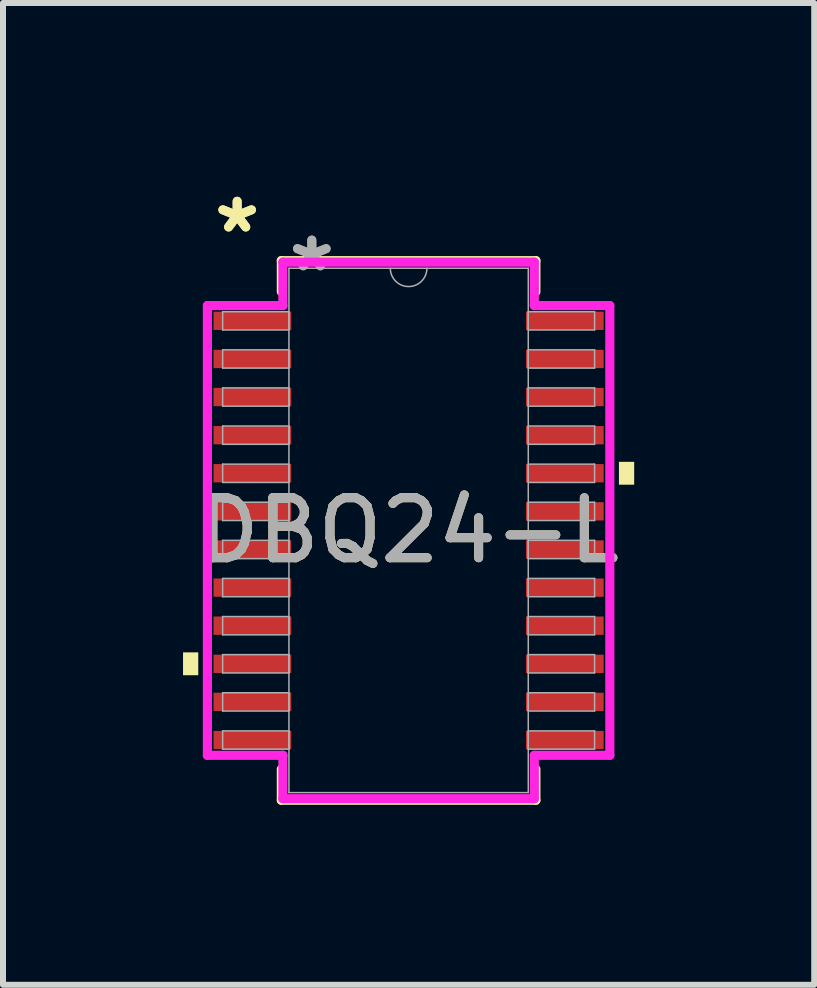
<source format=kicad_pcb>
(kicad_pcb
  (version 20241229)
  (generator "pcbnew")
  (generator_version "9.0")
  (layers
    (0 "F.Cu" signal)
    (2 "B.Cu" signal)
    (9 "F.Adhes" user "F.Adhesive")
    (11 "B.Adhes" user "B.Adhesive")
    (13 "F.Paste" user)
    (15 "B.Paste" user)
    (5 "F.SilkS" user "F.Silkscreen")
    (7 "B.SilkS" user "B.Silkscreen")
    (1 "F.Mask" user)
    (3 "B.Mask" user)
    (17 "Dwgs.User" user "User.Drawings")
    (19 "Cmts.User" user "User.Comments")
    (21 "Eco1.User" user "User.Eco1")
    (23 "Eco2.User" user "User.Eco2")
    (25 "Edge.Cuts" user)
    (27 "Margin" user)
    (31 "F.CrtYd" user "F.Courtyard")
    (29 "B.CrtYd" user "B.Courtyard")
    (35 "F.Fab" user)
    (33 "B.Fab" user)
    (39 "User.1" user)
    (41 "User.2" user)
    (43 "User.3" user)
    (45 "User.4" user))
  (footprint "DBQ24-L"
    (layer "F.Cu")
    (at 3.759 5.789)
    (property "Reference" "DBQ24-L" (at 0 0 0) (unlocked yes) (layer "F.SilkS") (effects (font (size 1 1) (thickness 0.15))))
    (attr smd)
    (fp_line (start -2.121 -4.496) (end -2.121 -3.978) (stroke (width 0.152) (type solid)) (layer "F.SilkS"))
    (fp_line (start -2.121 3.978) (end -2.121 4.496) (stroke (width 0.152) (type solid)) (layer "F.SilkS"))
    (fp_line (start -2.121 4.496) (end 2.121 4.496) (stroke (width 0.152) (type solid)) (layer "F.SilkS"))
    (fp_line (start 2.121 -4.496) (end -2.121 -4.496) (stroke (width 0.152) (type solid)) (layer "F.SilkS"))
    (fp_line (start 2.121 -3.978) (end 2.121 -4.496) (stroke (width 0.152) (type solid)) (layer "F.SilkS"))
    (fp_line (start 2.121 4.496) (end 2.121 3.978) (stroke (width 0.152) (type solid)) (layer "F.SilkS"))
    (fp_poly (pts (xy -3.759 2.032) (xy -3.759 2.413) (xy -3.505 2.413) (xy -3.505 2.032)) (stroke (width 0) (type solid)) (fill yes) (layer "F.SilkS"))
    (fp_poly (pts (xy 3.759 -1.143) (xy 3.759 -0.762) (xy 3.505 -0.762) (xy 3.505 -1.143)) (stroke (width 0) (type solid)) (fill yes) (layer "F.SilkS"))
    (fp_line (start -3.353 -3.747) (end -2.095 -3.747) (stroke (width 0.152) (type solid)) (layer "F.CrtYd"))
    (fp_line (start -3.353 3.747) (end -3.353 -3.747) (stroke (width 0.152) (type solid)) (layer "F.CrtYd"))
    (fp_line (start -3.353 3.747) (end -2.095 3.747) (stroke (width 0.152) (type solid)) (layer "F.CrtYd"))
    (fp_line (start -2.095 -4.47) (end 2.095 -4.47) (stroke (width 0.152) (type solid)) (layer "F.CrtYd"))
    (fp_line (start -2.095 -3.747) (end -2.095 -4.47) (stroke (width 0.152) (type solid)) (layer "F.CrtYd"))
    (fp_line (start -2.095 4.47) (end -2.095 3.747) (stroke (width 0.152) (type solid)) (layer "F.CrtYd"))
    (fp_line (start 2.095 -4.47) (end 2.095 -3.747) (stroke (width 0.152) (type solid)) (layer "F.CrtYd"))
    (fp_line (start 2.095 3.747) (end 2.095 4.47) (stroke (width 0.152) (type solid)) (layer "F.CrtYd"))
    (fp_line (start 2.095 4.47) (end -2.095 4.47) (stroke (width 0.152) (type solid)) (layer "F.CrtYd"))
    (fp_line (start 3.353 -3.747) (end 2.095 -3.747) (stroke (width 0.152) (type solid)) (layer "F.CrtYd"))
    (fp_line (start 3.353 -3.747) (end 3.353 3.747) (stroke (width 0.152) (type solid)) (layer "F.CrtYd"))
    (fp_line (start 3.353 3.747) (end 2.095 3.747) (stroke (width 0.152) (type solid)) (layer "F.CrtYd"))
    (fp_line (start -3.099 -3.645) (end -3.099 -3.34) (stroke (width 0.025) (type solid)) (layer "F.Fab"))
    (fp_line (start -3.099 -3.34) (end -1.994 -3.34) (stroke (width 0.025) (type solid)) (layer "F.Fab"))
    (fp_line (start -3.099 -3.01) (end -3.099 -2.705) (stroke (width 0.025) (type solid)) (layer "F.Fab"))
    (fp_line (start -3.099 -2.705) (end -1.994 -2.705) (stroke (width 0.025) (type solid)) (layer "F.Fab"))
    (fp_line (start -3.099 -2.375) (end -3.099 -2.07) (stroke (width 0.025) (type solid)) (layer "F.Fab"))
    (fp_line (start -3.099 -2.07) (end -1.994 -2.07) (stroke (width 0.025) (type solid)) (layer "F.Fab"))
    (fp_line (start -3.099 -1.74) (end -3.099 -1.435) (stroke (width 0.025) (type solid)) (layer "F.Fab"))
    (fp_line (start -3.099 -1.435) (end -1.994 -1.435) (stroke (width 0.025) (type solid)) (layer "F.Fab"))
    (fp_line (start -3.099 -1.105) (end -3.099 -0.8) (stroke (width 0.025) (type solid)) (layer "F.Fab"))
    (fp_line (start -3.099 -0.8) (end -1.994 -0.8) (stroke (width 0.025) (type solid)) (layer "F.Fab"))
    (fp_line (start -3.099 -0.47) (end -3.099 -0.165) (stroke (width 0.025) (type solid)) (layer "F.Fab"))
    (fp_line (start -3.099 -0.165) (end -1.994 -0.165) (stroke (width 0.025) (type solid)) (layer "F.Fab"))
    (fp_line (start -3.099 0.165) (end -3.099 0.47) (stroke (width 0.025) (type solid)) (layer "F.Fab"))
    (fp_line (start -3.099 0.47) (end -1.994 0.47) (stroke (width 0.025) (type solid)) (layer "F.Fab"))
    (fp_line (start -3.099 0.8) (end -3.099 1.105) (stroke (width 0.025) (type solid)) (layer "F.Fab"))
    (fp_line (start -3.099 1.105) (end -1.994 1.105) (stroke (width 0.025) (type solid)) (layer "F.Fab"))
    (fp_line (start -3.099 1.435) (end -3.099 1.74) (stroke (width 0.025) (type solid)) (layer "F.Fab"))
    (fp_line (start -3.099 1.74) (end -1.994 1.74) (stroke (width 0.025) (type solid)) (layer "F.Fab"))
    (fp_line (start -3.099 2.07) (end -3.099 2.375) (stroke (width 0.025) (type solid)) (layer "F.Fab"))
    (fp_line (start -3.099 2.375) (end -1.994 2.375) (stroke (width 0.025) (type solid)) (layer "F.Fab"))
    (fp_line (start -3.099 2.705) (end -3.099 3.01) (stroke (width 0.025) (type solid)) (layer "F.Fab"))
    (fp_line (start -3.099 3.01) (end -1.994 3.01) (stroke (width 0.025) (type solid)) (layer "F.Fab"))
    (fp_line (start -3.099 3.34) (end -3.099 3.645) (stroke (width 0.025) (type solid)) (layer "F.Fab"))
    (fp_line (start -3.099 3.645) (end -1.994 3.645) (stroke (width 0.025) (type solid)) (layer "F.Fab"))
    (fp_line (start -1.994 -4.369) (end -1.994 4.369) (stroke (width 0.025) (type solid)) (layer "F.Fab"))
    (fp_line (start -1.994 -3.645) (end -3.099 -3.645) (stroke (width 0.025) (type solid)) (layer "F.Fab"))
    (fp_line (start -1.994 -3.34) (end -1.994 -3.645) (stroke (width 0.025) (type solid)) (layer "F.Fab"))
    (fp_line (start -1.994 -3.01) (end -3.099 -3.01) (stroke (width 0.025) (type solid)) (layer "F.Fab"))
    (fp_line (start -1.994 -2.705) (end -1.994 -3.01) (stroke (width 0.025) (type solid)) (layer "F.Fab"))
    (fp_line (start -1.994 -2.375) (end -3.099 -2.375) (stroke (width 0.025) (type solid)) (layer "F.Fab"))
    (fp_line (start -1.994 -2.07) (end -1.994 -2.375) (stroke (width 0.025) (type solid)) (layer "F.Fab"))
    (fp_line (start -1.994 -1.74) (end -3.099 -1.74) (stroke (width 0.025) (type solid)) (layer "F.Fab"))
    (fp_line (start -1.994 -1.435) (end -1.994 -1.74) (stroke (width 0.025) (type solid)) (layer "F.Fab"))
    (fp_line (start -1.994 -1.105) (end -3.099 -1.105) (stroke (width 0.025) (type solid)) (layer "F.Fab"))
    (fp_line (start -1.994 -0.8) (end -1.994 -1.105) (stroke (width 0.025) (type solid)) (layer "F.Fab"))
    (fp_line (start -1.994 -0.47) (end -3.099 -0.47) (stroke (width 0.025) (type solid)) (layer "F.Fab"))
    (fp_line (start -1.994 -0.165) (end -1.994 -0.47) (stroke (width 0.025) (type solid)) (layer "F.Fab"))
    (fp_line (start -1.994 0.165) (end -3.099 0.165) (stroke (width 0.025) (type solid)) (layer "F.Fab"))
    (fp_line (start -1.994 0.47) (end -1.994 0.165) (stroke (width 0.025) (type solid)) (layer "F.Fab"))
    (fp_line (start -1.994 0.8) (end -3.099 0.8) (stroke (width 0.025) (type solid)) (layer "F.Fab"))
    (fp_line (start -1.994 1.105) (end -1.994 0.8) (stroke (width 0.025) (type solid)) (layer "F.Fab"))
    (fp_line (start -1.994 1.435) (end -3.099 1.435) (stroke (width 0.025) (type solid)) (layer "F.Fab"))
    (fp_line (start -1.994 1.74) (end -1.994 1.435) (stroke (width 0.025) (type solid)) (layer "F.Fab"))
    (fp_line (start -1.994 2.07) (end -3.099 2.07) (stroke (width 0.025) (type solid)) (layer "F.Fab"))
    (fp_line (start -1.994 2.375) (end -1.994 2.07) (stroke (width 0.025) (type solid)) (layer "F.Fab"))
    (fp_line (start -1.994 2.705) (end -3.099 2.705) (stroke (width 0.025) (type solid)) (layer "F.Fab"))
    (fp_line (start -1.994 3.01) (end -1.994 2.705) (stroke (width 0.025) (type solid)) (layer "F.Fab"))
    (fp_line (start -1.994 3.34) (end -3.099 3.34) (stroke (width 0.025) (type solid)) (layer "F.Fab"))
    (fp_line (start -1.994 3.645) (end -1.994 3.34) (stroke (width 0.025) (type solid)) (layer "F.Fab"))
    (fp_line (start -1.994 4.369) (end 1.994 4.369) (stroke (width 0.025) (type solid)) (layer "F.Fab"))
    (fp_line (start 1.994 -4.369) (end -1.994 -4.369) (stroke (width 0.025) (type solid)) (layer "F.Fab"))
    (fp_line (start 1.994 -3.645) (end 1.994 -3.34) (stroke (width 0.025) (type solid)) (layer "F.Fab"))
    (fp_line (start 1.994 -3.34) (end 3.099 -3.34) (stroke (width 0.025) (type solid)) (layer "F.Fab"))
    (fp_line (start 1.994 -3.01) (end 1.994 -2.705) (stroke (width 0.025) (type solid)) (layer "F.Fab"))
    (fp_line (start 1.994 -2.705) (end 3.099 -2.705) (stroke (width 0.025) (type solid)) (layer "F.Fab"))
    (fp_line (start 1.994 -2.375) (end 1.994 -2.07) (stroke (width 0.025) (type solid)) (layer "F.Fab"))
    (fp_line (start 1.994 -2.07) (end 3.099 -2.07) (stroke (width 0.025) (type solid)) (layer "F.Fab"))
    (fp_line (start 1.994 -1.74) (end 1.994 -1.435) (stroke (width 0.025) (type solid)) (layer "F.Fab"))
    (fp_line (start 1.994 -1.435) (end 3.099 -1.435) (stroke (width 0.025) (type solid)) (layer "F.Fab"))
    (fp_line (start 1.994 -1.105) (end 1.994 -0.8) (stroke (width 0.025) (type solid)) (layer "F.Fab"))
    (fp_line (start 1.994 -0.8) (end 3.099 -0.8) (stroke (width 0.025) (type solid)) (layer "F.Fab"))
    (fp_line (start 1.994 -0.47) (end 1.994 -0.165) (stroke (width 0.025) (type solid)) (layer "F.Fab"))
    (fp_line (start 1.994 -0.165) (end 3.099 -0.165) (stroke (width 0.025) (type solid)) (layer "F.Fab"))
    (fp_line (start 1.994 0.165) (end 1.994 0.47) (stroke (width 0.025) (type solid)) (layer "F.Fab"))
    (fp_line (start 1.994 0.47) (end 3.099 0.47) (stroke (width 0.025) (type solid)) (layer "F.Fab"))
    (fp_line (start 1.994 0.8) (end 1.994 1.105) (stroke (width 0.025) (type solid)) (layer "F.Fab"))
    (fp_line (start 1.994 1.105) (end 3.099 1.105) (stroke (width 0.025) (type solid)) (layer "F.Fab"))
    (fp_line (start 1.994 1.435) (end 1.994 1.74) (stroke (width 0.025) (type solid)) (layer "F.Fab"))
    (fp_line (start 1.994 1.74) (end 3.099 1.74) (stroke (width 0.025) (type solid)) (layer "F.Fab"))
    (fp_line (start 1.994 2.07) (end 1.994 2.375) (stroke (width 0.025) (type solid)) (layer "F.Fab"))
    (fp_line (start 1.994 2.375) (end 3.099 2.375) (stroke (width 0.025) (type solid)) (layer "F.Fab"))
    (fp_line (start 1.994 2.705) (end 1.994 3.01) (stroke (width 0.025) (type solid)) (layer "F.Fab"))
    (fp_line (start 1.994 3.01) (end 3.099 3.01) (stroke (width 0.025) (type solid)) (layer "F.Fab"))
    (fp_line (start 1.994 3.34) (end 1.994 3.645) (stroke (width 0.025) (type solid)) (layer "F.Fab"))
    (fp_line (start 1.994 3.645) (end 3.099 3.645) (stroke (width 0.025) (type solid)) (layer "F.Fab"))
    (fp_line (start 1.994 4.369) (end 1.994 -4.369) (stroke (width 0.025) (type solid)) (layer "F.Fab"))
    (fp_line (start 3.099 -3.645) (end 1.994 -3.645) (stroke (width 0.025) (type solid)) (layer "F.Fab"))
    (fp_line (start 3.099 -3.34) (end 3.099 -3.645) (stroke (width 0.025) (type solid)) (layer "F.Fab"))
    (fp_line (start 3.099 -3.01) (end 1.994 -3.01) (stroke (width 0.025) (type solid)) (layer "F.Fab"))
    (fp_line (start 3.099 -2.705) (end 3.099 -3.01) (stroke (width 0.025) (type solid)) (layer "F.Fab"))
    (fp_line (start 3.099 -2.375) (end 1.994 -2.375) (stroke (width 0.025) (type solid)) (layer "F.Fab"))
    (fp_line (start 3.099 -2.07) (end 3.099 -2.375) (stroke (width 0.025) (type solid)) (layer "F.Fab"))
    (fp_line (start 3.099 -1.74) (end 1.994 -1.74) (stroke (width 0.025) (type solid)) (layer "F.Fab"))
    (fp_line (start 3.099 -1.435) (end 3.099 -1.74) (stroke (width 0.025) (type solid)) (layer "F.Fab"))
    (fp_line (start 3.099 -1.105) (end 1.994 -1.105) (stroke (width 0.025) (type solid)) (layer "F.Fab"))
    (fp_line (start 3.099 -0.8) (end 3.099 -1.105) (stroke (width 0.025) (type solid)) (layer "F.Fab"))
    (fp_line (start 3.099 -0.47) (end 1.994 -0.47) (stroke (width 0.025) (type solid)) (layer "F.Fab"))
    (fp_line (start 3.099 -0.165) (end 3.099 -0.47) (stroke (width 0.025) (type solid)) (layer "F.Fab"))
    (fp_line (start 3.099 0.165) (end 1.994 0.165) (stroke (width 0.025) (type solid)) (layer "F.Fab"))
    (fp_line (start 3.099 0.47) (end 3.099 0.165) (stroke (width 0.025) (type solid)) (layer "F.Fab"))
    (fp_line (start 3.099 0.8) (end 1.994 0.8) (stroke (width 0.025) (type solid)) (layer "F.Fab"))
    (fp_line (start 3.099 1.105) (end 3.099 0.8) (stroke (width 0.025) (type solid)) (layer "F.Fab"))
    (fp_line (start 3.099 1.435) (end 1.994 1.435) (stroke (width 0.025) (type solid)) (layer "F.Fab"))
    (fp_line (start 3.099 1.74) (end 3.099 1.435) (stroke (width 0.025) (type solid)) (layer "F.Fab"))
    (fp_line (start 3.099 2.07) (end 1.994 2.07) (stroke (width 0.025) (type solid)) (layer "F.Fab"))
    (fp_line (start 3.099 2.375) (end 3.099 2.07) (stroke (width 0.025) (type solid)) (layer "F.Fab"))
    (fp_line (start 3.099 2.705) (end 1.994 2.705) (stroke (width 0.025) (type solid)) (layer "F.Fab"))
    (fp_line (start 3.099 3.01) (end 3.099 2.705) (stroke (width 0.025) (type solid)) (layer "F.Fab"))
    (fp_line (start 3.099 3.34) (end 1.994 3.34) (stroke (width 0.025) (type solid)) (layer "F.Fab"))
    (fp_line (start 3.099 3.645) (end 3.099 3.34) (stroke (width 0.025) (type solid)) (layer "F.Fab"))
    (fp_arc (start 0.3048 -4.3688) (mid 0 -4.064) (end -0.3048 -4.3688) (stroke (width 0.0254) (type solid)) (layer "F.Fab"))
    (fp_text user "*" (at -2.857 -4.94 0) (layer "F.SilkS") (effects (font (size 1 1) (thickness 0.15))))
    (fp_text user "*" (at -2.857 -4.94 0) (unlocked yes) (layer "F.SilkS") (effects (font (size 1 1) (thickness 0.15))))
    (fp_text user "*" (at -1.613 -4.293 0) (layer "F.Fab") (effects (font (size 1 1) (thickness 0.15))))
    (fp_text user "*" (at -1.613 -4.293 0) (unlocked yes) (layer "F.Fab") (effects (font (size 1 1) (thickness 0.15))))
    (fp_text user "${REFERENCE}" (at 0 0 0) (unlocked yes) (layer "F.Fab") (effects (font (size 1 1) (thickness 0.15))))
    (pad "1" smd rect (at -2.603 -3.493) (size 1.295 0.305) (layers "F.Cu" "F.Mask" "F.Paste"))
    (pad "2" smd rect (at -2.603 -2.857) (size 1.295 0.305) (layers "F.Cu" "F.Mask" "F.Paste"))
    (pad "3" smd rect (at -2.603 -2.223) (size 1.295 0.305) (layers "F.Cu" "F.Mask" "F.Paste"))
    (pad "4" smd rect (at -2.603 -1.587) (size 1.295 0.305) (layers "F.Cu" "F.Mask" "F.Paste"))
    (pad "5" smd rect (at -2.603 -0.953) (size 1.295 0.305) (layers "F.Cu" "F.Mask" "F.Paste"))
    (pad "6" smd rect (at -2.603 -0.318) (size 1.295 0.305) (layers "F.Cu" "F.Mask" "F.Paste"))
    (pad "7" smd rect (at -2.603 0.318) (size 1.295 0.305) (layers "F.Cu" "F.Mask" "F.Paste"))
    (pad "8" smd rect (at -2.603 0.953) (size 1.295 0.305) (layers "F.Cu" "F.Mask" "F.Paste"))
    (pad "9" smd rect (at -2.603 1.587) (size 1.295 0.305) (layers "F.Cu" "F.Mask" "F.Paste"))
    (pad "10" smd rect (at -2.603 2.223) (size 1.295 0.305) (layers "F.Cu" "F.Mask" "F.Paste"))
    (pad "11" smd rect (at -2.603 2.857) (size 1.295 0.305) (layers "F.Cu" "F.Mask" "F.Paste"))
    (pad "12" smd rect (at -2.603 3.493) (size 1.295 0.305) (layers "F.Cu" "F.Mask" "F.Paste"))
    (pad "13" smd rect (at 2.603 3.493) (size 1.295 0.305) (layers "F.Cu" "F.Mask" "F.Paste"))
    (pad "14" smd rect (at 2.603 2.857) (size 1.295 0.305) (layers "F.Cu" "F.Mask" "F.Paste"))
    (pad "15" smd rect (at 2.603 2.223) (size 1.295 0.305) (layers "F.Cu" "F.Mask" "F.Paste"))
    (pad "16" smd rect (at 2.603 1.587) (size 1.295 0.305) (layers "F.Cu" "F.Mask" "F.Paste"))
    (pad "17" smd rect (at 2.603 0.953) (size 1.295 0.305) (layers "F.Cu" "F.Mask" "F.Paste"))
    (pad "18" smd rect (at 2.603 0.318) (size 1.295 0.305) (layers "F.Cu" "F.Mask" "F.Paste"))
    (pad "19" smd rect (at 2.603 -0.318) (size 1.295 0.305) (layers "F.Cu" "F.Mask" "F.Paste"))
    (pad "20" smd rect (at 2.603 -0.953) (size 1.295 0.305) (layers "F.Cu" "F.Mask" "F.Paste"))
    (pad "21" smd rect (at 2.603 -1.587) (size 1.295 0.305) (layers "F.Cu" "F.Mask" "F.Paste"))
    (pad "22" smd rect (at 2.603 -2.223) (size 1.295 0.305) (layers "F.Cu" "F.Mask" "F.Paste"))
    (pad "23" smd rect (at 2.603 -2.857) (size 1.295 0.305) (layers "F.Cu" "F.Mask" "F.Paste"))
    (pad "24" smd rect (at 2.603 -3.493) (size 1.295 0.305) (layers "F.Cu" "F.Mask" "F.Paste")))
  (gr_rect
    (start -3 -3)
    (end 10.518 13.361)
    (stroke (width 0.1) (type default))
    (fill no)
    (layer "Edge.Cuts")))
</source>
